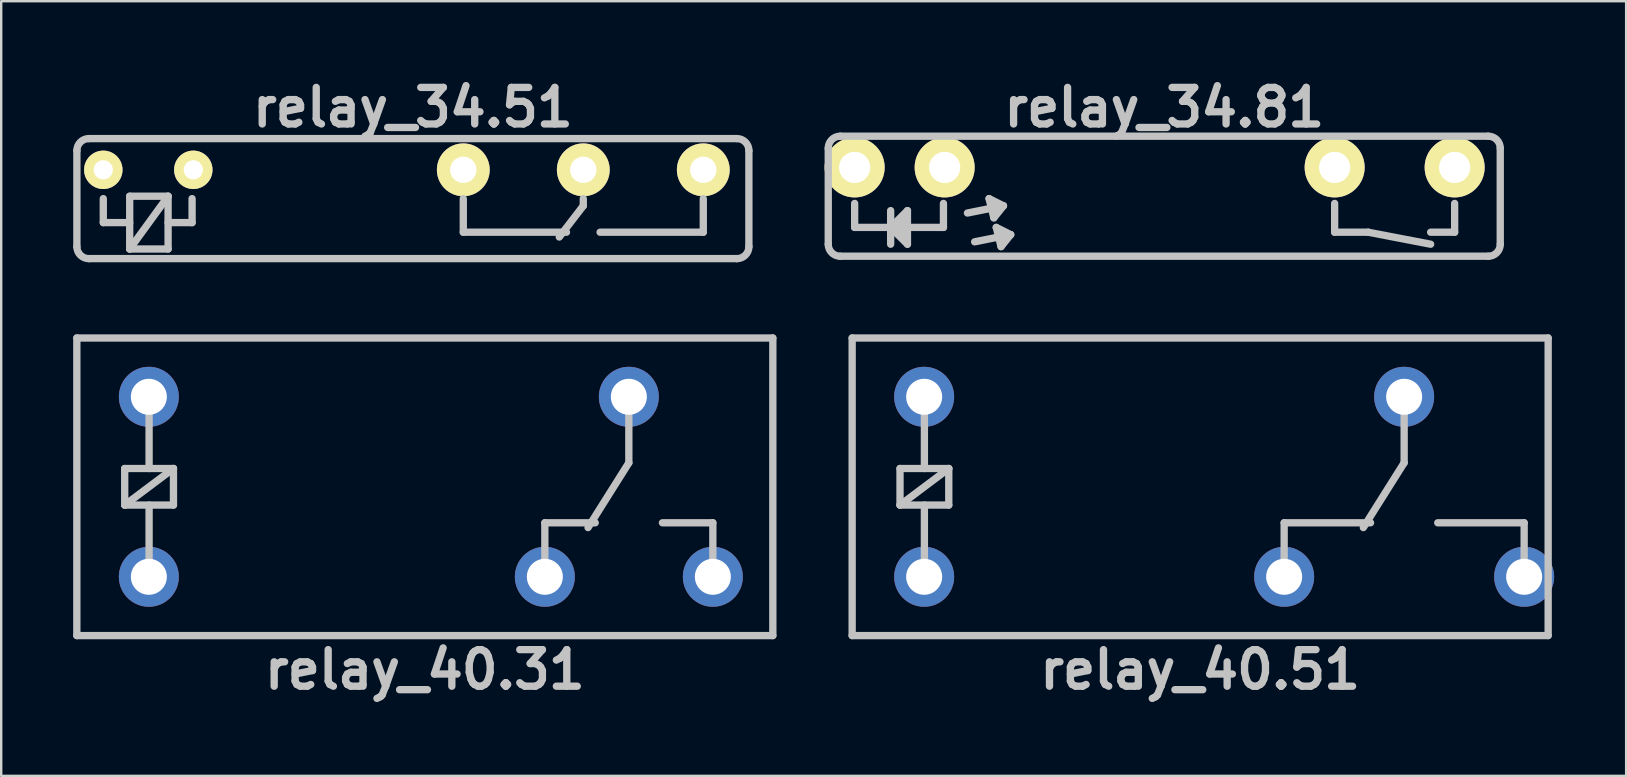
<source format=kicad_pcb>
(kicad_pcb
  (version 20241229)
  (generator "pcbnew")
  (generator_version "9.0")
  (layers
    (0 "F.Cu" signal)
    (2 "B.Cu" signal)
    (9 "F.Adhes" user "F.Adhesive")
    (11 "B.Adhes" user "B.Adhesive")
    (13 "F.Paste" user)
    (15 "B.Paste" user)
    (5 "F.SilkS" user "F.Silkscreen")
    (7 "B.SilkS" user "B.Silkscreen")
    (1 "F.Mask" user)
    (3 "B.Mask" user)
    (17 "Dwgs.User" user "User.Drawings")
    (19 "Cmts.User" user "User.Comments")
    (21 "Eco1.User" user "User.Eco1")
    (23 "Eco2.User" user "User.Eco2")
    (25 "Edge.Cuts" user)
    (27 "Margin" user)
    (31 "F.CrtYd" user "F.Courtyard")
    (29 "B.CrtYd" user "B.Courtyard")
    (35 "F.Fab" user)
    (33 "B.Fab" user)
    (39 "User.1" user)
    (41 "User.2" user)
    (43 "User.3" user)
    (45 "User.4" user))
  (footprint "relay_40.51"
    (layer "F.Cu")
    (at 46.957 17.233)
    (property "Reference" "relay_40.51" (at 0 7.62 0) (layer "Dwgs.User") (effects (font (size 1.524 1.524) (thickness 0.305))))
    (attr through_hole)
    (fp_line (start -14.5 -6.2) (end -14.5 6.2) (stroke (width 0.305) (type solid)) (layer "Dwgs.User"))
    (fp_line (start -14.5 -6.2) (end 14.5 -6.2) (stroke (width 0.305) (type solid)) (layer "Dwgs.User"))
    (fp_line (start -14.5 6.2) (end 14.5 6.2) (stroke (width 0.305) (type solid)) (layer "Dwgs.User"))
    (fp_line (start -12.506 -0.762) (end -10.474 -0.762) (stroke (width 0.305) (type solid)) (layer "Dwgs.User"))
    (fp_line (start -12.506 0.762) (end -12.506 -0.762) (stroke (width 0.305) (type solid)) (layer "Dwgs.User"))
    (fp_line (start -12.506 0.762) (end -10.474 -0.762) (stroke (width 0.305) (type solid)) (layer "Dwgs.User"))
    (fp_line (start -11.49 -3.81) (end -11.49 -0.762) (stroke (width 0.305) (type solid)) (layer "Dwgs.User"))
    (fp_line (start -11.49 3.81) (end -11.49 0.762) (stroke (width 0.305) (type solid)) (layer "Dwgs.User"))
    (fp_line (start -10.474 -0.762) (end -10.474 0.762) (stroke (width 0.305) (type solid)) (layer "Dwgs.User"))
    (fp_line (start -10.474 0.762) (end -12.506 0.762) (stroke (width 0.305) (type solid)) (layer "Dwgs.User"))
    (fp_line (start 3.5 1.5) (end 7.1 1.5) (stroke (width 0.305) (type solid)) (layer "Dwgs.User"))
    (fp_line (start 3.5 3.7) (end 3.5 1.5) (stroke (width 0.305) (type solid)) (layer "Dwgs.User"))
    (fp_line (start 8.5 -1) (end 6.8 1.7) (stroke (width 0.305) (type solid)) (layer "Dwgs.User"))
    (fp_line (start 8.5 -1) (end 8.5 -3.8) (stroke (width 0.305) (type solid)) (layer "Dwgs.User"))
    (fp_line (start 13.5 1.5) (end 9.9 1.5) (stroke (width 0.305) (type solid)) (layer "Dwgs.User"))
    (fp_line (start 13.5 3.7) (end 13.5 1.5) (stroke (width 0.305) (type solid)) (layer "Dwgs.User"))
    (fp_line (start 14.5 -6.2) (end 14.5 6.2) (stroke (width 0.305) (type solid)) (layer "Dwgs.User"))
    (pad "1" thru_hole circle (at -11.5 3.75) (size 2.5 2.5) (drill 1.5) (layers "*.Cu" "*.Mask"))
    (pad "2" thru_hole circle (at -11.5 -3.75) (size 2.5 2.5) (drill 1.5) (layers "*.Cu" "*.Mask"))
    (pad "11" thru_hole circle (at 8.5 -3.75) (size 2.5 2.5) (drill 1.5) (layers "*.Cu" "*.Mask"))
    (pad "12" thru_hole circle (at 3.5 3.75) (size 2.5 2.5) (drill 1.5) (layers "*.Cu" "*.Mask"))
    (pad "14" thru_hole circle (at 13.5 3.75) (size 2.5 2.5) (drill 1.5) (layers "*.Cu" "*.Mask")))
  (footprint "relay_34.81"
    (layer "F.Cu")
    (at 45.461 5.126)
    (property "Reference" "relay_34.81" (at 0 -3.7 0) (layer "Dwgs.User") (effects (font (size 1.524 1.524) (thickness 0.305))))
    (attr through_hole)
    (fp_line (start -14 -2) (end -14 2) (stroke (width 0.305) (type solid)) (layer "Dwgs.User"))
    (fp_line (start -13.5 -2.5) (end 13.5 -2.5) (stroke (width 0.305) (type solid)) (layer "Dwgs.User"))
    (fp_line (start -13.5 2.5) (end 13.5 2.5) (stroke (width 0.305) (type solid)) (layer "Dwgs.User"))
    (fp_line (start -12.9 1.3) (end -12.9 0.3) (stroke (width 0.305) (type solid)) (layer "Dwgs.User"))
    (fp_line (start -11.4 0.6) (end -11.4 2) (stroke (width 0.305) (type solid)) (layer "Dwgs.User"))
    (fp_line (start -11.4 1.3) (end -10.7 2) (stroke (width 0.305) (type solid)) (layer "Dwgs.User"))
    (fp_line (start -11.1 1.3) (end -10.8 1.6) (stroke (width 0.305) (type solid)) (layer "Dwgs.User"))
    (fp_line (start -10.8 0.9) (end -11.1 1.3) (stroke (width 0.305) (type solid)) (layer "Dwgs.User"))
    (fp_line (start -10.7 0.6) (end -11.4 1.3) (stroke (width 0.305) (type solid)) (layer "Dwgs.User"))
    (fp_line (start -10.7 2) (end -10.7 0.6) (stroke (width 0.305) (type solid)) (layer "Dwgs.User"))
    (fp_line (start -9.2 0.3) (end -9.2 1.3) (stroke (width 0.305) (type solid)) (layer "Dwgs.User"))
    (fp_line (start -9.2 1.3) (end -12.9 1.3) (stroke (width 0.305) (type solid)) (layer "Dwgs.User"))
    (fp_line (start -8.2 0.7) (end -6.7 0.4) (stroke (width 0.305) (type solid)) (layer "Dwgs.User"))
    (fp_line (start -7.9 1.9) (end -6.4 1.6) (stroke (width 0.305) (type solid)) (layer "Dwgs.User"))
    (fp_line (start -7.3 0.1) (end -7.1 0.9) (stroke (width 0.305) (type solid)) (layer "Dwgs.User"))
    (fp_line (start -7.1 0.9) (end -6.7 0.4) (stroke (width 0.305) (type solid)) (layer "Dwgs.User"))
    (fp_line (start -7 1.3) (end -6.8 2.1) (stroke (width 0.305) (type solid)) (layer "Dwgs.User"))
    (fp_line (start -6.8 2.1) (end -6.4 1.6) (stroke (width 0.305) (type solid)) (layer "Dwgs.User"))
    (fp_line (start -6.7 0.4) (end -7.3 0.1) (stroke (width 0.305) (type solid)) (layer "Dwgs.User"))
    (fp_line (start -6.4 1.6) (end -7 1.3) (stroke (width 0.305) (type solid)) (layer "Dwgs.User"))
    (fp_line (start 7.1 0.3) (end 7.1 1.5) (stroke (width 0.305) (type solid)) (layer "Dwgs.User"))
    (fp_line (start 7.1 1.5) (end 8.5 1.5) (stroke (width 0.305) (type solid)) (layer "Dwgs.User"))
    (fp_line (start 8.5 1.5) (end 11.1 2) (stroke (width 0.305) (type solid)) (layer "Dwgs.User"))
    (fp_line (start 11.1 1.5) (end 12.1 1.5) (stroke (width 0.305) (type solid)) (layer "Dwgs.User"))
    (fp_line (start 12.1 0.3) (end 12.1 1.5) (stroke (width 0.305) (type solid)) (layer "Dwgs.User"))
    (fp_line (start 14 -2) (end 14 2) (stroke (width 0.305) (type solid)) (layer "Dwgs.User"))
    (fp_arc (start -14.0011 -2.00088) (mid -13.854542 -2.354702) (end -13.50072 -2.50126) (stroke (width 0.3048) (type solid)) (layer "Dwgs.User"))
    (fp_arc (start -13.50072 2.50126) (mid -13.854542 2.354702) (end -14.0011 2.00088) (stroke (width 0.3048) (type solid)) (layer "Dwgs.User"))
    (fp_arc (start 13.50072 -2.50126) (mid 13.854542 -2.354702) (end 14.0011 -2.00088) (stroke (width 0.3048) (type solid)) (layer "Dwgs.User"))
    (fp_arc (start 14.0011 2.00088) (mid 13.854542 2.354702) (end 13.50072 2.50126) (stroke (width 0.3048) (type solid)) (layer "Dwgs.User"))
    (pad "1" thru_hole circle (at -12.9 -1.2) (size 2.5 2.5) (drill 1.3) (layers "*.Cu" "*.Mask" "F.SilkS"))
    (pad "2" thru_hole circle (at -9.15 -1.2) (size 2.5 2.5) (drill 1.3) (layers "*.Cu" "*.Mask" "F.SilkS"))
    (pad "11" thru_hole circle (at 7.1 -1.2) (size 2.5 2.5) (drill 1.3) (layers "*.Cu" "*.Mask" "F.SilkS"))
    (pad "14" thru_hole circle (at 12.1 -1.2) (size 2.5 2.5) (drill 1.3) (layers "*.Cu" "*.Mask" "F.SilkS")))
  (footprint "relay_40.31"
    (layer "F.Cu")
    (at 14.652 17.233)
    (property "Reference" "relay_40.31" (at 0 7.62 0) (layer "Dwgs.User") (effects (font (size 1.524 1.524) (thickness 0.305))))
    (attr through_hole)
    (fp_line (start -14.5 -6.2) (end -14.5 6.2) (stroke (width 0.305) (type solid)) (layer "Dwgs.User"))
    (fp_line (start -14.5 -6.2) (end 14.5 -6.2) (stroke (width 0.305) (type solid)) (layer "Dwgs.User"))
    (fp_line (start -14.5 6.2) (end 14.5 6.2) (stroke (width 0.305) (type solid)) (layer "Dwgs.User"))
    (fp_line (start -12.506 -0.762) (end -10.474 -0.762) (stroke (width 0.305) (type solid)) (layer "Dwgs.User"))
    (fp_line (start -12.506 0.762) (end -12.506 -0.762) (stroke (width 0.305) (type solid)) (layer "Dwgs.User"))
    (fp_line (start -12.506 0.762) (end -10.474 -0.762) (stroke (width 0.305) (type solid)) (layer "Dwgs.User"))
    (fp_line (start -11.49 -3.81) (end -11.49 -0.762) (stroke (width 0.305) (type solid)) (layer "Dwgs.User"))
    (fp_line (start -11.49 3.81) (end -11.49 0.762) (stroke (width 0.305) (type solid)) (layer "Dwgs.User"))
    (fp_line (start -10.474 -0.762) (end -10.474 0.762) (stroke (width 0.305) (type solid)) (layer "Dwgs.User"))
    (fp_line (start -10.474 0.762) (end -12.506 0.762) (stroke (width 0.305) (type solid)) (layer "Dwgs.User"))
    (fp_line (start 5 1.5) (end 7.1 1.5) (stroke (width 0.305) (type solid)) (layer "Dwgs.User"))
    (fp_line (start 5 3.7) (end 5 1.5) (stroke (width 0.305) (type solid)) (layer "Dwgs.User"))
    (fp_line (start 8.5 -1) (end 6.8 1.7) (stroke (width 0.305) (type solid)) (layer "Dwgs.User"))
    (fp_line (start 8.5 -1) (end 8.5 -3.8) (stroke (width 0.305) (type solid)) (layer "Dwgs.User"))
    (fp_line (start 12 1.5) (end 9.9 1.5) (stroke (width 0.305) (type solid)) (layer "Dwgs.User"))
    (fp_line (start 12 3.7) (end 12 1.5) (stroke (width 0.305) (type solid)) (layer "Dwgs.User"))
    (fp_line (start 14.5 -6.2) (end 14.5 6.2) (stroke (width 0.305) (type solid)) (layer "Dwgs.User"))
    (pad "1" thru_hole circle (at -11.5 3.75) (size 2.5 2.5) (drill 1.5) (layers "*.Cu" "*.Mask"))
    (pad "2" thru_hole circle (at -11.5 -3.75) (size 2.5 2.5) (drill 1.5) (layers "*.Cu" "*.Mask"))
    (pad "11" thru_hole circle (at 8.5 -3.75) (size 2.5 2.5) (drill 1.5) (layers "*.Cu" "*.Mask"))
    (pad "12" thru_hole circle (at 5 3.75) (size 2.5 2.5) (drill 1.5) (layers "*.Cu" "*.Mask"))
    (pad "14" thru_hole circle (at 12 3.75) (size 2.5 2.5) (drill 1.5) (layers "*.Cu" "*.Mask")))
  (footprint "relay_34.51"
    (layer "F.Cu")
    (at 14.154 5.226)
    (property "Reference" "relay_34.51" (at 0 -3.8 0) (layer "Dwgs.User") (effects (font (size 1.524 1.524) (thickness 0.305))))
    (attr through_hole)
    (fp_line (start -14 -2) (end -14 2) (stroke (width 0.305) (type solid)) (layer "Dwgs.User"))
    (fp_line (start -13.5 -2.5) (end 13.5 -2.5) (stroke (width 0.305) (type solid)) (layer "Dwgs.User"))
    (fp_line (start -13.5 2.5) (end 13.5 2.5) (stroke (width 0.305) (type solid)) (layer "Dwgs.User"))
    (fp_line (start -12.9 0) (end -12.9 1) (stroke (width 0.305) (type solid)) (layer "Dwgs.User"))
    (fp_line (start -11.8 -0.1) (end -11.8 2.1) (stroke (width 0.305) (type solid)) (layer "Dwgs.User"))
    (fp_line (start -11.8 1) (end -12.9 1) (stroke (width 0.305) (type solid)) (layer "Dwgs.User"))
    (fp_line (start -11.8 2.1) (end -10.2 -0.1) (stroke (width 0.305) (type solid)) (layer "Dwgs.User"))
    (fp_line (start -11.8 2.1) (end -10.2 2.1) (stroke (width 0.305) (type solid)) (layer "Dwgs.User"))
    (fp_line (start -10.2 -0.1) (end -11.8 -0.1) (stroke (width 0.305) (type solid)) (layer "Dwgs.User"))
    (fp_line (start -10.2 1) (end -9.2 1) (stroke (width 0.305) (type solid)) (layer "Dwgs.User"))
    (fp_line (start -10.2 2.1) (end -10.2 -0.1) (stroke (width 0.305) (type solid)) (layer "Dwgs.User"))
    (fp_line (start -9.2 0) (end -9.2 1) (stroke (width 0.305) (type solid)) (layer "Dwgs.User"))
    (fp_line (start 2.1 0) (end 2.1 1.4) (stroke (width 0.305) (type solid)) (layer "Dwgs.User"))
    (fp_line (start 2.1 1.4) (end 6.4 1.4) (stroke (width 0.305) (type solid)) (layer "Dwgs.User"))
    (fp_line (start 7.1 0) (end 7.1 0.3) (stroke (width 0.305) (type solid)) (layer "Dwgs.User"))
    (fp_line (start 7.1 0.3) (end 6.1 1.6) (stroke (width 0.305) (type solid)) (layer "Dwgs.User"))
    (fp_line (start 7.8 1.4) (end 12.1 1.4) (stroke (width 0.305) (type solid)) (layer "Dwgs.User"))
    (fp_line (start 12.1 0) (end 12.1 1.4) (stroke (width 0.305) (type solid)) (layer "Dwgs.User"))
    (fp_line (start 14 -2) (end 14 2) (stroke (width 0.305) (type solid)) (layer "Dwgs.User"))
    (fp_arc (start -14.0011 -2.00088) (mid -13.854542 -2.354702) (end -13.50072 -2.50126) (stroke (width 0.3048) (type solid)) (layer "Dwgs.User"))
    (fp_arc (start -13.50088 2.5011) (mid -13.854702 2.354542) (end -14.00126 2.00072) (stroke (width 0.3048) (type solid)) (layer "Dwgs.User"))
    (fp_arc (start 13.50072 -2.50126) (mid 13.854542 -2.354702) (end 14.0011 -2.00088) (stroke (width 0.3048) (type solid)) (layer "Dwgs.User"))
    (fp_arc (start 14.0011 2.00088) (mid 13.854542 2.354702) (end 13.50072 2.50126) (stroke (width 0.3048) (type solid)) (layer "Dwgs.User"))
    (pad "1" thru_hole circle (at -12.9 -1.2) (size 1.6 1.6) (drill 0.8) (layers "*.Cu" "*.Mask" "F.SilkS"))
    (pad "2" thru_hole circle (at -9.15 -1.2) (size 1.6 1.6) (drill 0.8) (layers "*.Cu" "*.Mask" "F.SilkS"))
    (pad "11" thru_hole circle (at 7.1 -1.2) (size 2.2 2.2) (drill 1.1) (layers "*.Cu" "*.Mask" "F.SilkS"))
    (pad "12" thru_hole circle (at 2.1 -1.2) (size 2.2 2.2) (drill 1.1) (layers "*.Cu" "*.Mask" "F.SilkS"))
    (pad "14" thru_hole circle (at 12.1 -1.2) (size 2.2 2.2) (drill 1.1) (layers "*.Cu" "*.Mask" "F.SilkS")))
  (gr_rect
    (start -3 -3)
    (end 64.707 29.279)
    (stroke (width 0.1) (type default))
    (fill no)
    (layer "Edge.Cuts")))
</source>
